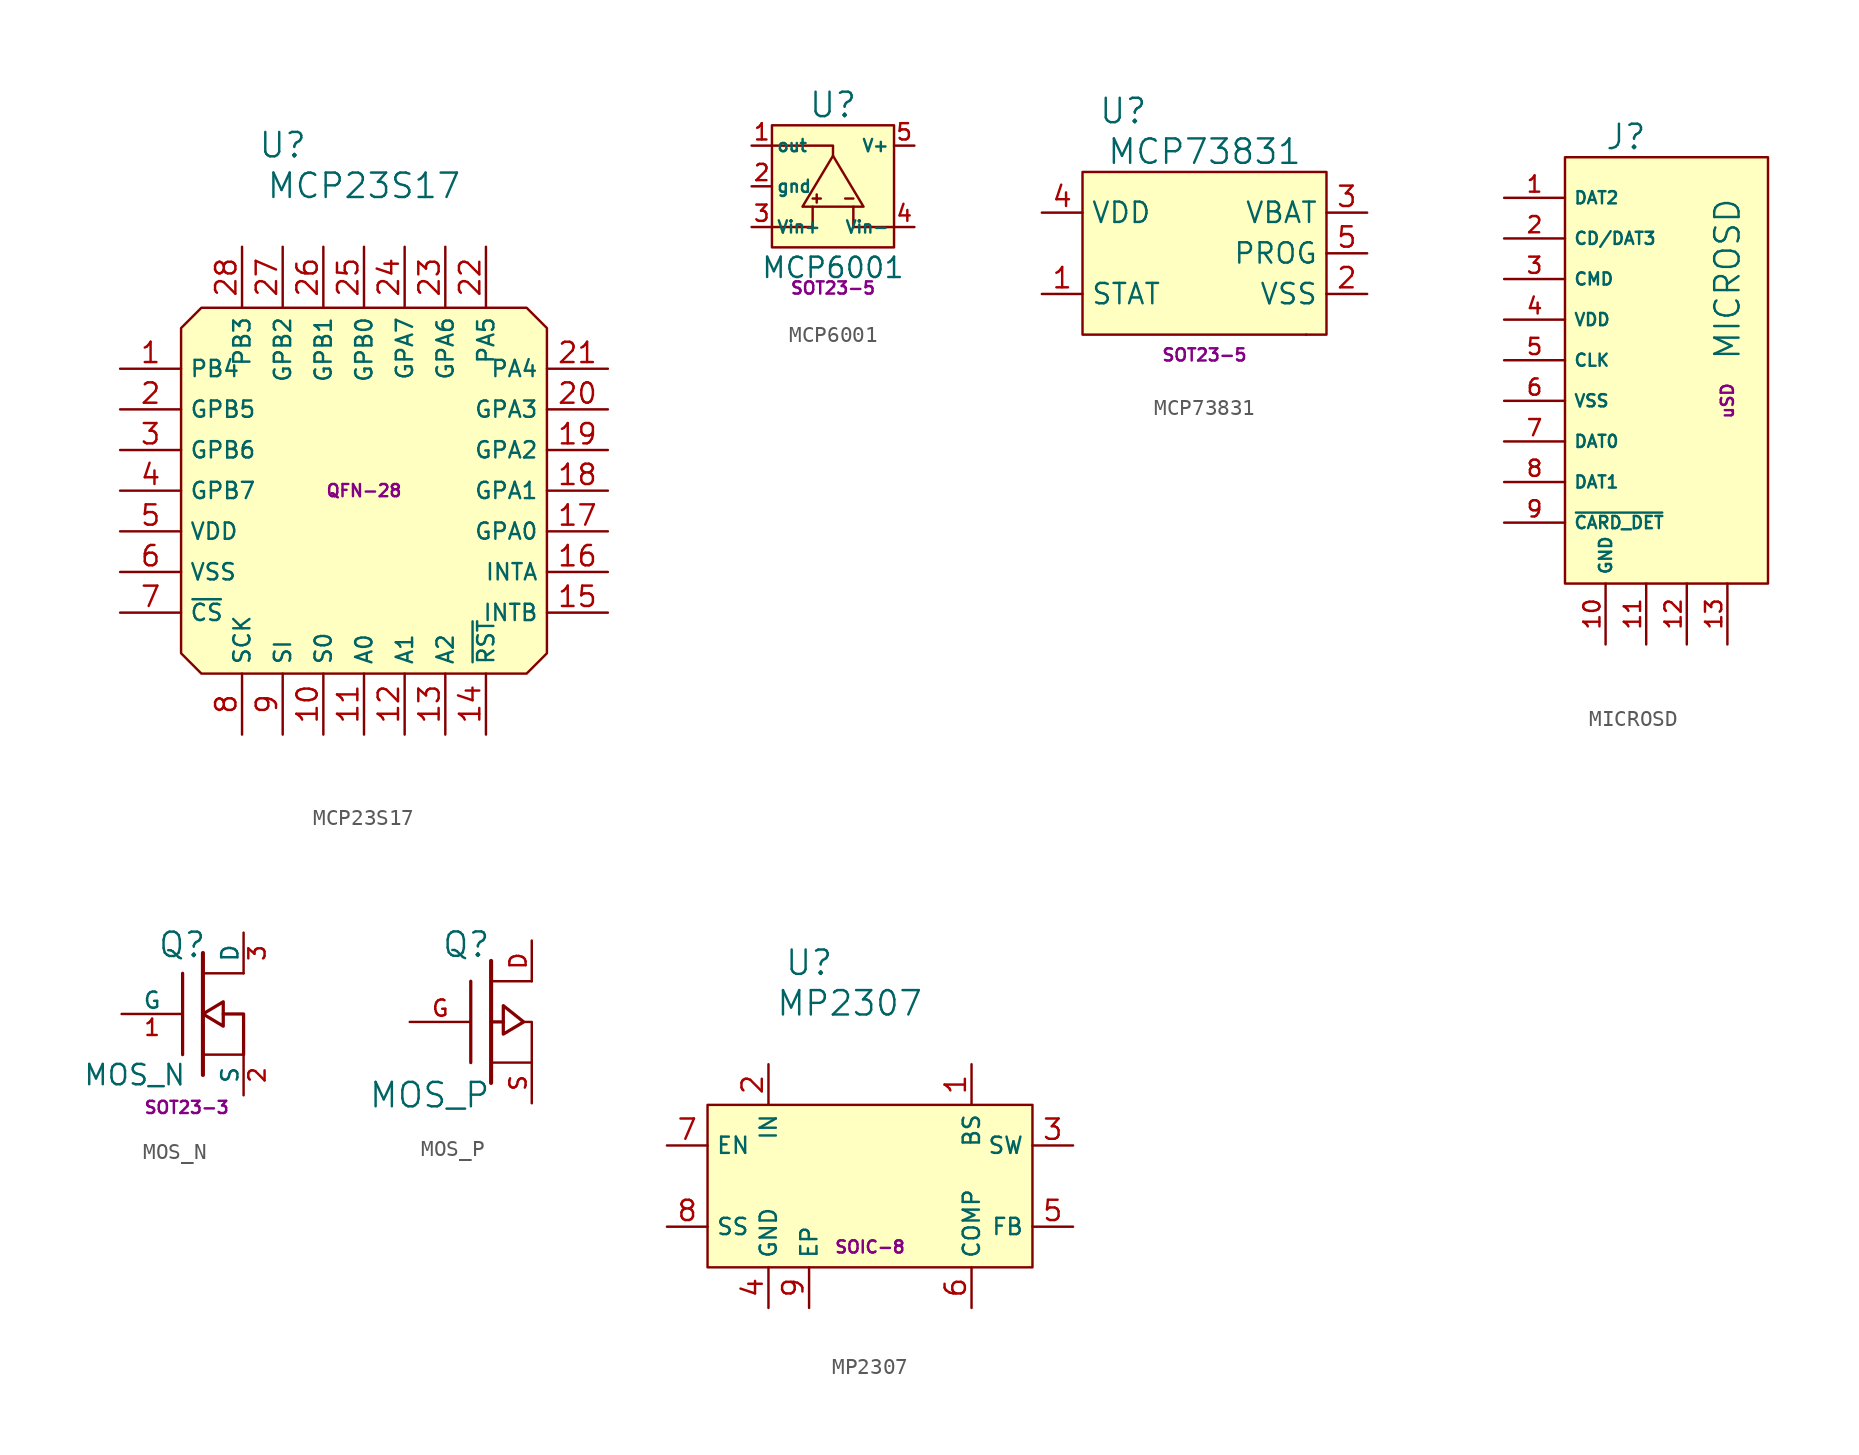
<source format=kicad_sym>
(kicad_symbol_lib
  (version 20220914)
  (generator kicad_symbol_editor)
  (symbol "MCP23S17"
    (property "Reference" "U"
      (at -5.08 21.59 0)
      (effects (font (size 1.524 1.524))))
    (property "Value" "MCP23S17"
      (at 0 19.05 0)
      (effects (font (size 1.524 1.524))))
    (property "Footprint" "QFN-28"
      (at 0 0 0)
      (effects (font (size 0.762 0.762))))
    (property "Datasheet" ""
      (at 0 -8.89 0)
      (effects (font (size 1.524 1.524))))
    (symbol "MCP23S17_0_1"
      (polyline (pts (xy -11.43 10.16) (xy -10.16 11.43) (xy 10.16 11.43) (xy 11.43 10.16) (xy 11.43 -10.16) (xy 10.16 -11.43) (xy -10.16 -11.43) (xy -11.43 -10.16) (xy -11.43 10.16)) (stroke (width 0) (type default)) (fill (type background))))
    (symbol "MCP23S17_1_1"
      (pin input line (at -15.24 7.62 0) (length 3.81) (name "PB4" (effects (font (size 1.016 1.016)))) (number "1" (effects (font (size 1.27 1.27)))))
      (pin input line (at -2.54 -15.24 90) (length 3.81) (name "S0" (effects (font (size 1.016 1.016)))) (number "10" (effects (font (size 1.27 1.27)))))
      (pin input line (at 0 -15.24 90) (length 3.81) (name "A0" (effects (font (size 1.016 1.016)))) (number "11" (effects (font (size 1.27 1.27)))))
      (pin input line (at 2.54 -15.24 90) (length 3.81) (name "A1" (effects (font (size 1.016 1.016)))) (number "12" (effects (font (size 1.27 1.27)))))
      (pin input line (at 5.08 -15.24 90) (length 3.81) (name "A2" (effects (font (size 1.016 1.016)))) (number "13" (effects (font (size 1.27 1.27)))))
      (pin input line (at 7.62 -15.24 90) (length 3.81) (name "~{RST}" (effects (font (size 1.016 1.016)))) (number "14" (effects (font (size 1.27 1.27)))))
      (pin input line (at 15.24 -7.62 180) (length 3.81) (name "INTB" (effects (font (size 1.016 1.016)))) (number "15" (effects (font (size 1.27 1.27)))))
      (pin input line (at 15.24 -5.08 180) (length 3.81) (name "INTA" (effects (font (size 1.016 1.016)))) (number "16" (effects (font (size 1.27 1.27)))))
      (pin input line (at 15.24 -2.54 180) (length 3.81) (name "GPA0" (effects (font (size 1.016 1.016)))) (number "17" (effects (font (size 1.27 1.27)))))
      (pin input line (at 15.24 0 180) (length 3.81) (name "GPA1" (effects (font (size 1.016 1.016)))) (number "18" (effects (font (size 1.27 1.27)))))
      (pin input line (at 15.24 2.54 180) (length 3.81) (name "GPA2" (effects (font (size 1.016 1.016)))) (number "19" (effects (font (size 1.27 1.27)))))
      (pin input line (at -15.24 5.08 0) (length 3.81) (name "GPB5" (effects (font (size 1.016 1.016)))) (number "2" (effects (font (size 1.27 1.27)))))
      (pin input line (at 15.24 5.08 180) (length 3.81) (name "GPA3" (effects (font (size 1.016 1.016)))) (number "20" (effects (font (size 1.27 1.27)))))
      (pin input line (at 15.24 7.62 180) (length 3.81) (name "PA4" (effects (font (size 1.016 1.016)))) (number "21" (effects (font (size 1.27 1.27)))))
      (pin input line (at 7.62 15.24 270) (length 3.81) (name "PA5" (effects (font (size 1.016 1.016)))) (number "22" (effects (font (size 1.27 1.27)))))
      (pin input line (at 5.08 15.24 270) (length 3.81) (name "GPA6" (effects (font (size 1.016 1.016)))) (number "23" (effects (font (size 1.27 1.27)))))
      (pin input line (at 2.54 15.24 270) (length 3.81) (name "GPA7" (effects (font (size 1.016 1.016)))) (number "24" (effects (font (size 1.27 1.27)))))
      (pin input line (at 0 15.24 270) (length 3.81) (name "GPB0" (effects (font (size 1.016 1.016)))) (number "25" (effects (font (size 1.27 1.27)))))
      (pin input line (at -2.54 15.24 270) (length 3.81) (name "GPB1" (effects (font (size 1.016 1.016)))) (number "26" (effects (font (size 1.27 1.27)))))
      (pin input line (at -5.08 15.24 270) (length 3.81) (name "GPB2" (effects (font (size 1.016 1.016)))) (number "27" (effects (font (size 1.27 1.27)))))
      (pin input line (at -7.62 15.24 270) (length 3.81) (name "PB3" (effects (font (size 1.016 1.016)))) (number "28" (effects (font (size 1.27 1.27)))))
      (pin input line (at -15.24 2.54 0) (length 3.81) (name "GPB6" (effects (font (size 1.016 1.016)))) (number "3" (effects (font (size 1.27 1.27)))))
      (pin input line (at -15.24 0 0) (length 3.81) (name "GPB7" (effects (font (size 1.016 1.016)))) (number "4" (effects (font (size 1.27 1.27)))))
      (pin input line (at -15.24 -2.54 0) (length 3.81) (name "VDD" (effects (font (size 1.016 1.016)))) (number "5" (effects (font (size 1.27 1.27)))))
      (pin input line (at -15.24 -5.08 0) (length 3.81) (name "VSS" (effects (font (size 1.016 1.016)))) (number "6" (effects (font (size 1.27 1.27)))))
      (pin input line (at -15.24 -7.62 0) (length 3.81) (name "~{CS}" (effects (font (size 1.016 1.016)))) (number "7" (effects (font (size 1.27 1.27)))))
      (pin input line (at -7.62 -15.24 90) (length 3.81) (name "SCK" (effects (font (size 1.016 1.016)))) (number "8" (effects (font (size 1.27 1.27)))))
      (pin input line (at -5.08 -15.24 90) (length 3.81) (name "SI" (effects (font (size 1.016 1.016)))) (number "9" (effects (font (size 1.27 1.27)))))))
  (symbol "MCP6001"
    (pin_names
      (offset 0.254))
    (property "Reference" "U"
      (at 0 5.08 0)
      (effects (font (size 1.524 1.524))))
    (property "Value" "MCP6001"
      (at 0 -5.08 0)
      (effects (font (size 1.27 1.27))))
    (property "Footprint" "SOT23-5"
      (at 0 -6.35 0)
      (effects (font (size 0.762 0.762))))
    (property "Datasheet" ""
      (at -1.27 0 0)
      (effects (font (size 1.524 1.524))))
    (symbol "MCP6001_0_1"
      (rectangle (start -3.81 3.81) (end 3.81 -3.81) (stroke (width 0) (type default)) (fill (type background)))
      (polyline (pts (xy -1.27 -0.762) (xy -0.762 -0.762)) (stroke (width 0) (type default)) (fill (type none)))
      (polyline (pts (xy -1.016 -0.762) (xy -1.016 -1.016)) (stroke (width 0) (type default)) (fill (type none)))
      (polyline (pts (xy -1.016 -0.762) (xy -1.016 -0.508)) (stroke (width 0) (type default)) (fill (type none)))
      (polyline (pts (xy 1.27 -0.762) (xy 0.762 -0.762)) (stroke (width 0) (type default)) (fill (type none)))
      (polyline (pts (xy -3.81 -2.54) (xy -1.27 -2.54) (xy -1.27 -1.27)) (stroke (width 0) (type default)) (fill (type none)))
      (polyline (pts (xy -3.81 2.54) (xy 0 2.54) (xy 0 1.905)) (stroke (width 0) (type default)) (fill (type none)))
      (polyline (pts (xy 3.81 -2.54) (xy 1.27 -2.54) (xy 1.27 -1.27)) (stroke (width 0) (type default)) (fill (type none)))
      (polyline (pts (xy 0 1.905) (xy -1.905 -1.27) (xy 1.905 -1.27) (xy 0 1.905)) (stroke (width 0) (type default)) (fill (type none)))
      (pin power_in line (at -5.08 0 0) (length 1.27) (name "gnd" (effects (font (size 0.762 0.762)))) (number "2" (effects (font (size 1.016 1.016)))))
      (pin power_in line (at 5.08 2.54 180) (length 1.27) (name "V+" (effects (font (size 0.762 0.762)))) (number "5" (effects (font (size 1.016 1.016))))))
    (symbol "MCP6001_1_1"
      (pin output line (at -5.08 2.54 0) (length 1.27) (name "out" (effects (font (size 0.762 0.762)))) (number "1" (effects (font (size 1.016 1.016)))))
      (pin input line (at -5.08 -2.54 0) (length 1.27) (name "Vin+" (effects (font (size 0.762 0.762)))) (number "3" (effects (font (size 1.016 1.016)))))
      (pin input line (at 5.08 -2.54 180) (length 1.27) (name "Vin-" (effects (font (size 0.762 0.762)))) (number "4" (effects (font (size 1.016 1.016)))))))
  (symbol "MCP73831"
    (property "Reference" "U"
      (at -5.08 8.89 0)
      (effects (font (size 1.524 1.524))))
    (property "Value" "MCP73831"
      (at 0 6.35 0)
      (effects (font (size 1.524 1.524))))
    (property "Footprint" "SOT23-5"
      (at 0 -6.35 0)
      (effects (font (size 0.762 0.762))))
    (property "Datasheet" ""
      (at 0 0 0)
      (effects (font (size 1.524 1.524))))
    (symbol "MCP73831_0_1"
      (rectangle (start -7.62 5.08) (end 7.62 -5.08) (stroke (width 0) (type default)) (fill (type background)))
      (rectangle (start 6.35 -5.08) (end 6.35 -5.08) (stroke (width 0) (type default)) (fill (type none))))
    (symbol "MCP73831_1_1"
      (pin bidirectional line (at -10.16 -2.54 0) (length 2.54) (name "STAT" (effects (font (size 1.27 1.27)))) (number "1" (effects (font (size 1.27 1.27)))))
      (pin output line (at 10.16 -2.54 180) (length 2.54) (name "VSS" (effects (font (size 1.27 1.27)))) (number "2" (effects (font (size 1.27 1.27)))))
      (pin bidirectional line (at 10.16 2.54 180) (length 2.54) (name "VBAT" (effects (font (size 1.27 1.27)))) (number "3" (effects (font (size 1.27 1.27)))))
      (pin input line (at -10.16 2.54 0) (length 2.54) (name "VDD" (effects (font (size 1.27 1.27)))) (number "4" (effects (font (size 1.27 1.27)))))
      (pin input line (at 10.16 0 180) (length 2.54) (name "PROG" (effects (font (size 1.27 1.27)))) (number "5" (effects (font (size 1.27 1.27)))))))
  (symbol "MICROSD"
    (property "Reference" "J"
      (at -2.54 13.97 0)
      (effects (font (size 1.524 1.524))))
    (property "Value" "MICROSD"
      (at 3.81 5.08 90)
      (effects (font (size 1.524 1.524))))
    (property "Footprint" "uSD"
      (at 3.81 -2.54 90)
      (effects (font (size 0.762 0.762))))
    (property "Datasheet" ""
      (at 0 0 0)
      (effects (font (size 1.524 1.524))))
    (symbol "MICROSD_0_1"
      (rectangle (start -6.35 12.7) (end 6.35 -13.97) (stroke (width 0) (type default)) (fill (type background))))
    (symbol "MICROSD_1_1"
      (pin input line (at -10.16 10.16 0) (length 3.81) (name "DAT2" (effects (font (size 0.762 0.762)))) (number "1" (effects (font (size 1.016 1.016)))))
      (pin input line (at -3.81 -17.78 90) (length 3.81) (name "GND" (effects (font (size 0.762 0.762)))) (number "10" (effects (font (size 1.016 1.016)))))
      (pin input line (at -1.27 -17.78 90) (length 3.81) (name "~" (effects (font (size 0.762 0.762)))) (number "11" (effects (font (size 1.016 1.016)))))
      (pin input line (at 1.27 -17.78 90) (length 3.81) (name "~" (effects (font (size 0.762 0.762)))) (number "12" (effects (font (size 1.016 1.016)))))
      (pin input line (at 3.81 -17.78 90) (length 3.81) (name "~" (effects (font (size 0.762 0.762)))) (number "13" (effects (font (size 1.016 1.016)))))
      (pin input line (at -10.16 7.62 0) (length 3.81) (name "CD/DAT3" (effects (font (size 0.762 0.762)))) (number "2" (effects (font (size 1.016 1.016)))))
      (pin input line (at -10.16 5.08 0) (length 3.81) (name "CMD" (effects (font (size 0.762 0.762)))) (number "3" (effects (font (size 1.016 1.016)))))
      (pin input line (at -10.16 2.54 0) (length 3.81) (name "VDD" (effects (font (size 0.762 0.762)))) (number "4" (effects (font (size 1.016 1.016)))))
      (pin input line (at -10.16 0 0) (length 3.81) (name "CLK" (effects (font (size 0.762 0.762)))) (number "5" (effects (font (size 1.016 1.016)))))
      (pin input line (at -10.16 -2.54 0) (length 3.81) (name "VSS" (effects (font (size 0.762 0.762)))) (number "6" (effects (font (size 1.016 1.016)))))
      (pin input line (at -10.16 -5.08 0) (length 3.81) (name "DAT0" (effects (font (size 0.762 0.762)))) (number "7" (effects (font (size 1.016 1.016)))))
      (pin input line (at -10.16 -7.62 0) (length 3.81) (name "DAT1" (effects (font (size 0.762 0.762)))) (number "8" (effects (font (size 1.016 1.016)))))
      (pin input line (at -10.16 -10.16 0) (length 3.81) (name "~{CARD_DET}" (effects (font (size 0.762 0.762)))) (number "9" (effects (font (size 1.016 1.016)))))))
  (symbol "MOS_N"
    (pin_names
      (offset 0))
    (property "Reference" "Q"
      (at 0.254 4.318 0)
      (effects (font (size 1.524 1.524)) (justify right)))
    (property "Value" "MOS_N"
      (at -1.016 -3.81 0)
      (effects (font (size 1.27 1.27)) (justify right)))
    (property "Footprint" "SOT23-3"
      (at -1.016 -5.842 0)
      (effects (font (size 0.762 0.762))))
    (property "Datasheet" ""
      (at 0 0 0)
      (effects (font (size 1.524 1.524))))
    (symbol "MOS_N_0_1"
      (polyline (pts (xy -1.27 -2.54) (xy -1.27 2.54)) (stroke (width 0.203) (type default)) (fill (type none)))
      (polyline (pts (xy 0 -3.81) (xy 0 3.81)) (stroke (width 0.254) (type default)) (fill (type none)))
      (polyline (pts (xy 2.54 -2.54) (xy 0 -2.54)) (stroke (width 0) (type default)) (fill (type none)))
      (polyline (pts (xy 2.54 2.54) (xy 0 2.54)) (stroke (width 0) (type default)) (fill (type none)))
      (polyline (pts (xy 2.54 -2.54) (xy 2.54 0) (xy 1.27 0)) (stroke (width 0.203) (type default)) (fill (type none)))
      (polyline (pts (xy 1.27 0.762) (xy 1.27 -0.762) (xy 0 0) (xy 1.27 0.762) (xy 1.27 0.762)) (stroke (width 0.203) (type default)) (fill (type none))))
    (symbol "MOS_N_1_1"
      (pin input line (at -5.08 0 0) (length 3.81) (name "G" (effects (font (size 1.016 1.016)))) (number "1" (effects (font (size 1.016 1.016)))))
      (pin passive line (at 2.54 -5.08 90) (length 2.54) (name "S" (effects (font (size 1.016 1.016)))) (number "2" (effects (font (size 1.016 1.016)))))
      (pin passive line (at 2.54 5.08 270) (length 2.54) (name "D" (effects (font (size 1.016 1.016)))) (number "3" (effects (font (size 1.016 1.016)))))))
  (symbol "MOS_P"
    (pin_names
      (offset 1.016) hide)
    (property "Reference" "Q"
      (at 0 4.826 0)
      (effects (font (size 1.524 1.524)) (justify right)))
    (property "Value" "MOS_P"
      (at 0 -4.572 0)
      (effects (font (size 1.524 1.524)) (justify right)))
    (property "Footprint" ""
      (at 0 0 0)
      (effects (font (size 1.524 1.524))))
    (property "Datasheet" ""
      (at 0 0 0)
      (effects (font (size 1.524 1.524))))
    (symbol "MOS_P_0_1"
      (polyline (pts (xy -1.27 -2.54) (xy -1.27 2.54)) (stroke (width 0.203) (type default)) (fill (type none)))
      (polyline (pts (xy 0 -3.81) (xy 0 3.81)) (stroke (width 0.254) (type default)) (fill (type none)))
      (polyline (pts (xy 0.762 0) (xy 0 0)) (stroke (width 0.203) (type default)) (fill (type none)))
      (polyline (pts (xy 2.54 -2.54) (xy 0 -2.54)) (stroke (width 0) (type default)) (fill (type none)))
      (polyline (pts (xy 2.54 2.54) (xy 0 2.54)) (stroke (width 0) (type default)) (fill (type none)))
      (polyline (pts (xy 2.032 0) (xy 2.54 0) (xy 2.54 -2.54)) (stroke (width 0) (type default)) (fill (type none)))
      (polyline (pts (xy 0.762 1.016) (xy 0.762 -0.762) (xy 2.032 0) (xy 0.762 1.016) (xy 0.762 1.016)) (stroke (width 0.203) (type default)) (fill (type none))))
    (symbol "MOS_P_1_1"
      (pin passive line (at 2.54 5.08 270) (length 2.54) (name "D" (effects (font (size 1.016 1.016)))) (number "D" (effects (font (size 1.016 1.016)))))
      (pin input line (at -5.08 0 0) (length 3.81) (name "G" (effects (font (size 1.016 1.016)))) (number "G" (effects (font (size 1.016 1.016)))))
      (pin passive line (at 2.54 -5.08 90) (length 2.54) (name "S" (effects (font (size 1.016 1.016)))) (number "S" (effects (font (size 1.016 1.016)))))))
  (symbol "MP2307"
    (property "Reference" "U"
      (at -3.81 13.97 0)
      (effects (font (size 1.524 1.524))))
    (property "Value" "MP2307"
      (at -1.27 11.43 0)
      (effects (font (size 1.524 1.524))))
    (property "Footprint" "SOIC-8"
      (at 0 -3.81 0)
      (effects (font (size 0.762 0.762))))
    (property "Datasheet" ""
      (at 0 0 0)
      (effects (font (size 1.524 1.524))))
    (symbol "MP2307_0_1"
      (rectangle (start -10.16 5.08) (end 10.16 -5.08) (stroke (width 0) (type default)) (fill (type background))))
    (symbol "MP2307_1_1"
      (pin bidirectional line (at 6.35 7.62 270) (length 2.54) (name "BS" (effects (font (size 1.016 1.016)))) (number "1" (effects (font (size 1.27 1.27)))))
      (pin bidirectional line (at -6.35 7.62 270) (length 2.54) (name "IN" (effects (font (size 1.016 1.016)))) (number "2" (effects (font (size 1.27 1.27)))))
      (pin bidirectional line (at 12.7 2.54 180) (length 2.54) (name "SW" (effects (font (size 1.016 1.016)))) (number "3" (effects (font (size 1.27 1.27)))))
      (pin bidirectional line (at -6.35 -7.62 90) (length 2.54) (name "GND" (effects (font (size 1.016 1.016)))) (number "4" (effects (font (size 1.27 1.27)))))
      (pin bidirectional line (at 12.7 -2.54 180) (length 2.54) (name "FB" (effects (font (size 1.016 1.016)))) (number "5" (effects (font (size 1.27 1.27)))))
      (pin bidirectional line (at 6.35 -7.62 90) (length 2.54) (name "COMP" (effects (font (size 1.016 1.016)))) (number "6" (effects (font (size 1.27 1.27)))))
      (pin bidirectional line (at -12.7 2.54 0) (length 2.54) (name "EN" (effects (font (size 1.016 1.016)))) (number "7" (effects (font (size 1.27 1.27)))))
      (pin bidirectional line (at -12.7 -2.54 0) (length 2.54) (name "SS" (effects (font (size 1.016 1.016)))) (number "8" (effects (font (size 1.27 1.27)))))
      (pin bidirectional line (at -3.81 -7.62 90) (length 2.54) (name "EP" (effects (font (size 1.016 1.016)))) (number "9" (effects (font (size 1.27 1.27))))))))
</source>
